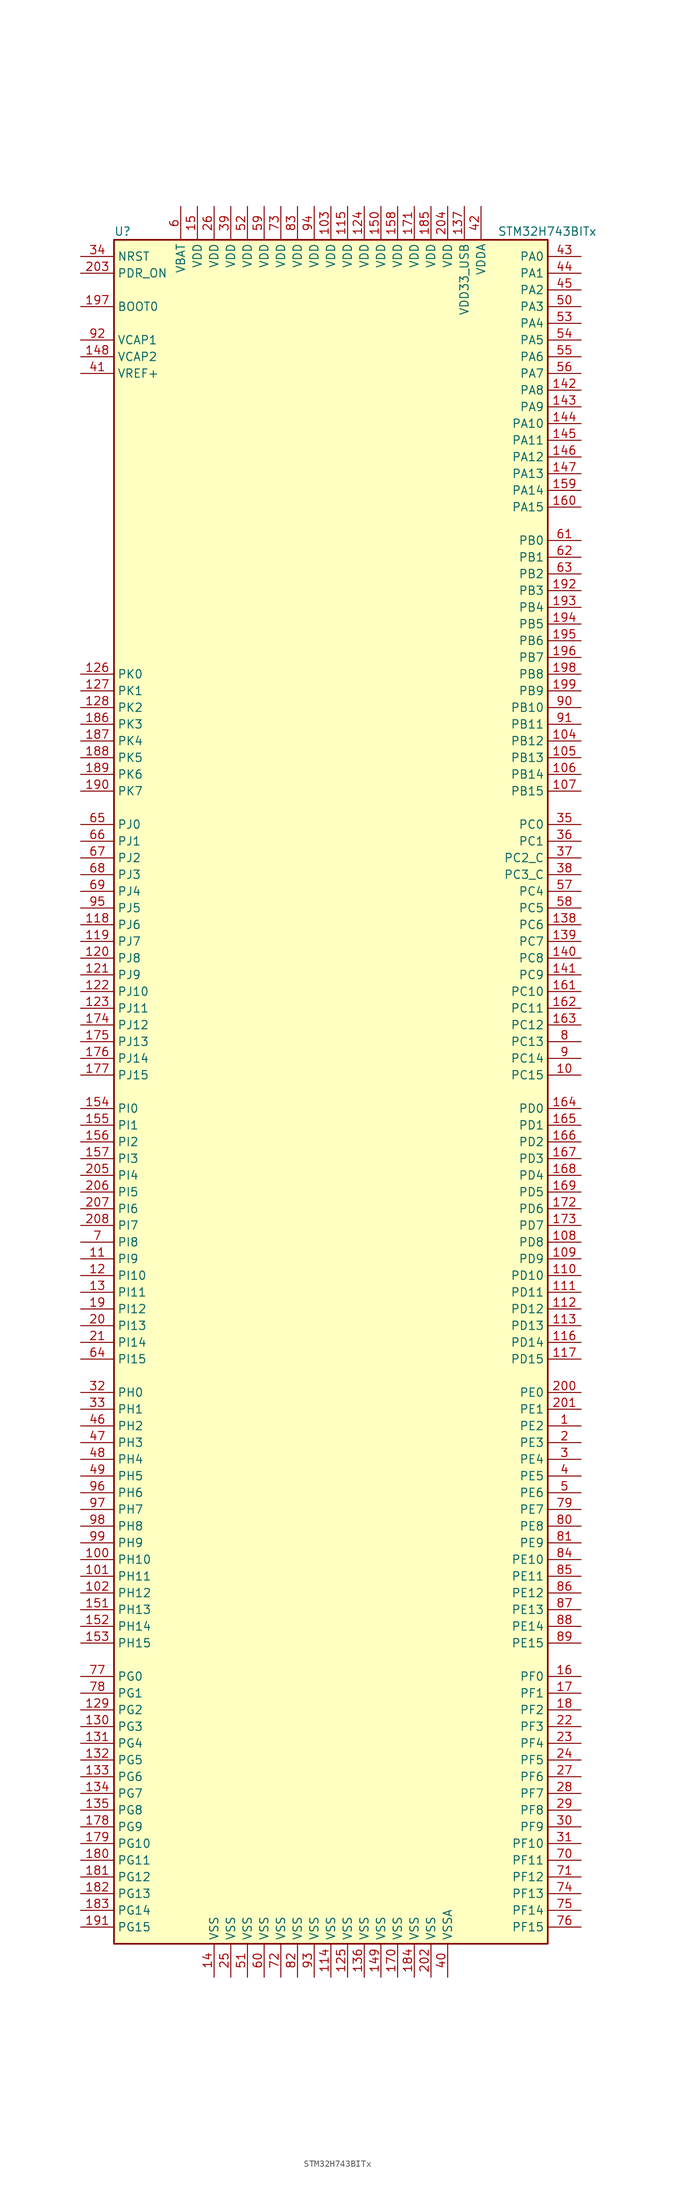
<source format=kicad_sym>
(kicad_symbol_lib
  (version 20201005)
  (generator kicad_symbol_editor)
  (symbol "STM32H743BITx"
    (property "Reference" "U"
      (at -33.02 130.81 0)
      (effects (font (size 1.27 1.27)) (justify left)))
    (property "Value" "STM32H743BITx"
      (at 25.4 130.81 0)
      (effects (font (size 1.27 1.27)) (justify left)))
    (symbol "STM32H743BITx_0_1"
      (rectangle (start -33.02 -129.54) (end 33.02 129.54) (stroke (width 0.254)) (fill (type background))))
    (symbol "STM32H743BITx_1_1"
      (pin input line (at -38.1 119.38 0) (length 5.08) (name "BOOT0" (effects (font (size 1.27 1.27)))) (number "197" (effects (font (size 1.27 1.27)))))
      (pin input line (at -38.1 127 0) (length 5.08) (name "NRST" (effects (font (size 1.27 1.27)))) (number "34" (effects (font (size 1.27 1.27)))))
      (pin bidirectional line (at 38.1 127 180) (length 5.08) (name "PA0" (effects (font (size 1.27 1.27)))) (number "43" (effects (font (size 1.27 1.27)))))
      (pin bidirectional line (at 38.1 124.46 180) (length 5.08) (name "PA1" (effects (font (size 1.27 1.27)))) (number "44" (effects (font (size 1.27 1.27)))))
      (pin bidirectional line (at 38.1 101.6 180) (length 5.08) (name "PA10" (effects (font (size 1.27 1.27)))) (number "144" (effects (font (size 1.27 1.27)))))
      (pin bidirectional line (at 38.1 99.06 180) (length 5.08) (name "PA11" (effects (font (size 1.27 1.27)))) (number "145" (effects (font (size 1.27 1.27)))))
      (pin bidirectional line (at 38.1 96.52 180) (length 5.08) (name "PA12" (effects (font (size 1.27 1.27)))) (number "146" (effects (font (size 1.27 1.27)))))
      (pin bidirectional line (at 38.1 93.98 180) (length 5.08) (name "PA13" (effects (font (size 1.27 1.27)))) (number "147" (effects (font (size 1.27 1.27)))))
      (pin bidirectional line (at 38.1 91.44 180) (length 5.08) (name "PA14" (effects (font (size 1.27 1.27)))) (number "159" (effects (font (size 1.27 1.27)))))
      (pin bidirectional line (at 38.1 88.9 180) (length 5.08) (name "PA15" (effects (font (size 1.27 1.27)))) (number "160" (effects (font (size 1.27 1.27)))))
      (pin bidirectional line (at 38.1 121.92 180) (length 5.08) (name "PA2" (effects (font (size 1.27 1.27)))) (number "45" (effects (font (size 1.27 1.27)))))
      (pin bidirectional line (at 38.1 119.38 180) (length 5.08) (name "PA3" (effects (font (size 1.27 1.27)))) (number "50" (effects (font (size 1.27 1.27)))))
      (pin bidirectional line (at 38.1 116.84 180) (length 5.08) (name "PA4" (effects (font (size 1.27 1.27)))) (number "53" (effects (font (size 1.27 1.27)))))
      (pin bidirectional line (at 38.1 114.3 180) (length 5.08) (name "PA5" (effects (font (size 1.27 1.27)))) (number "54" (effects (font (size 1.27 1.27)))))
      (pin bidirectional line (at 38.1 111.76 180) (length 5.08) (name "PA6" (effects (font (size 1.27 1.27)))) (number "55" (effects (font (size 1.27 1.27)))))
      (pin bidirectional line (at 38.1 109.22 180) (length 5.08) (name "PA7" (effects (font (size 1.27 1.27)))) (number "56" (effects (font (size 1.27 1.27)))))
      (pin bidirectional line (at 38.1 106.68 180) (length 5.08) (name "PA8" (effects (font (size 1.27 1.27)))) (number "142" (effects (font (size 1.27 1.27)))))
      (pin bidirectional line (at 38.1 104.14 180) (length 5.08) (name "PA9" (effects (font (size 1.27 1.27)))) (number "143" (effects (font (size 1.27 1.27)))))
      (pin bidirectional line (at 38.1 83.82 180) (length 5.08) (name "PB0" (effects (font (size 1.27 1.27)))) (number "61" (effects (font (size 1.27 1.27)))))
      (pin bidirectional line (at 38.1 81.28 180) (length 5.08) (name "PB1" (effects (font (size 1.27 1.27)))) (number "62" (effects (font (size 1.27 1.27)))))
      (pin bidirectional line (at 38.1 58.42 180) (length 5.08) (name "PB10" (effects (font (size 1.27 1.27)))) (number "90" (effects (font (size 1.27 1.27)))))
      (pin bidirectional line (at 38.1 55.88 180) (length 5.08) (name "PB11" (effects (font (size 1.27 1.27)))) (number "91" (effects (font (size 1.27 1.27)))))
      (pin bidirectional line (at 38.1 53.34 180) (length 5.08) (name "PB12" (effects (font (size 1.27 1.27)))) (number "104" (effects (font (size 1.27 1.27)))))
      (pin bidirectional line (at 38.1 50.8 180) (length 5.08) (name "PB13" (effects (font (size 1.27 1.27)))) (number "105" (effects (font (size 1.27 1.27)))))
      (pin bidirectional line (at 38.1 48.26 180) (length 5.08) (name "PB14" (effects (font (size 1.27 1.27)))) (number "106" (effects (font (size 1.27 1.27)))))
      (pin bidirectional line (at 38.1 45.72 180) (length 5.08) (name "PB15" (effects (font (size 1.27 1.27)))) (number "107" (effects (font (size 1.27 1.27)))))
      (pin bidirectional line (at 38.1 78.74 180) (length 5.08) (name "PB2" (effects (font (size 1.27 1.27)))) (number "63" (effects (font (size 1.27 1.27)))))
      (pin bidirectional line (at 38.1 76.2 180) (length 5.08) (name "PB3" (effects (font (size 1.27 1.27)))) (number "192" (effects (font (size 1.27 1.27)))))
      (pin bidirectional line (at 38.1 73.66 180) (length 5.08) (name "PB4" (effects (font (size 1.27 1.27)))) (number "193" (effects (font (size 1.27 1.27)))))
      (pin bidirectional line (at 38.1 71.12 180) (length 5.08) (name "PB5" (effects (font (size 1.27 1.27)))) (number "194" (effects (font (size 1.27 1.27)))))
      (pin bidirectional line (at 38.1 68.58 180) (length 5.08) (name "PB6" (effects (font (size 1.27 1.27)))) (number "195" (effects (font (size 1.27 1.27)))))
      (pin bidirectional line (at 38.1 66.04 180) (length 5.08) (name "PB7" (effects (font (size 1.27 1.27)))) (number "196" (effects (font (size 1.27 1.27)))))
      (pin bidirectional line (at 38.1 63.5 180) (length 5.08) (name "PB8" (effects (font (size 1.27 1.27)))) (number "198" (effects (font (size 1.27 1.27)))))
      (pin bidirectional line (at 38.1 60.96 180) (length 5.08) (name "PB9" (effects (font (size 1.27 1.27)))) (number "199" (effects (font (size 1.27 1.27)))))
      (pin bidirectional line (at 38.1 40.64 180) (length 5.08) (name "PC0" (effects (font (size 1.27 1.27)))) (number "35" (effects (font (size 1.27 1.27)))))
      (pin bidirectional line (at 38.1 38.1 180) (length 5.08) (name "PC1" (effects (font (size 1.27 1.27)))) (number "36" (effects (font (size 1.27 1.27)))))
      (pin bidirectional line (at 38.1 15.24 180) (length 5.08) (name "PC10" (effects (font (size 1.27 1.27)))) (number "161" (effects (font (size 1.27 1.27)))))
      (pin bidirectional line (at 38.1 12.7 180) (length 5.08) (name "PC11" (effects (font (size 1.27 1.27)))) (number "162" (effects (font (size 1.27 1.27)))))
      (pin bidirectional line (at 38.1 10.16 180) (length 5.08) (name "PC12" (effects (font (size 1.27 1.27)))) (number "163" (effects (font (size 1.27 1.27)))))
      (pin bidirectional line (at 38.1 7.62 180) (length 5.08) (name "PC13" (effects (font (size 1.27 1.27)))) (number "8" (effects (font (size 1.27 1.27)))))
      (pin bidirectional line (at 38.1 5.08 180) (length 5.08) (name "PC14" (effects (font (size 1.27 1.27)))) (number "9" (effects (font (size 1.27 1.27)))))
      (pin bidirectional line (at 38.1 2.54 180) (length 5.08) (name "PC15" (effects (font (size 1.27 1.27)))) (number "10" (effects (font (size 1.27 1.27)))))
      (pin bidirectional line (at 38.1 35.56 180) (length 5.08) (name "PC2_C" (effects (font (size 1.27 1.27)))) (number "37" (effects (font (size 1.27 1.27)))))
      (pin bidirectional line (at 38.1 33.02 180) (length 5.08) (name "PC3_C" (effects (font (size 1.27 1.27)))) (number "38" (effects (font (size 1.27 1.27)))))
      (pin bidirectional line (at 38.1 30.48 180) (length 5.08) (name "PC4" (effects (font (size 1.27 1.27)))) (number "57" (effects (font (size 1.27 1.27)))))
      (pin bidirectional line (at 38.1 27.94 180) (length 5.08) (name "PC5" (effects (font (size 1.27 1.27)))) (number "58" (effects (font (size 1.27 1.27)))))
      (pin bidirectional line (at 38.1 25.4 180) (length 5.08) (name "PC6" (effects (font (size 1.27 1.27)))) (number "138" (effects (font (size 1.27 1.27)))))
      (pin bidirectional line (at 38.1 22.86 180) (length 5.08) (name "PC7" (effects (font (size 1.27 1.27)))) (number "139" (effects (font (size 1.27 1.27)))))
      (pin bidirectional line (at 38.1 20.32 180) (length 5.08) (name "PC8" (effects (font (size 1.27 1.27)))) (number "140" (effects (font (size 1.27 1.27)))))
      (pin bidirectional line (at 38.1 17.78 180) (length 5.08) (name "PC9" (effects (font (size 1.27 1.27)))) (number "141" (effects (font (size 1.27 1.27)))))
      (pin bidirectional line (at 38.1 -2.54 180) (length 5.08) (name "PD0" (effects (font (size 1.27 1.27)))) (number "164" (effects (font (size 1.27 1.27)))))
      (pin bidirectional line (at 38.1 -5.08 180) (length 5.08) (name "PD1" (effects (font (size 1.27 1.27)))) (number "165" (effects (font (size 1.27 1.27)))))
      (pin bidirectional line (at 38.1 -27.94 180) (length 5.08) (name "PD10" (effects (font (size 1.27 1.27)))) (number "110" (effects (font (size 1.27 1.27)))))
      (pin bidirectional line (at 38.1 -30.48 180) (length 5.08) (name "PD11" (effects (font (size 1.27 1.27)))) (number "111" (effects (font (size 1.27 1.27)))))
      (pin bidirectional line (at 38.1 -33.02 180) (length 5.08) (name "PD12" (effects (font (size 1.27 1.27)))) (number "112" (effects (font (size 1.27 1.27)))))
      (pin bidirectional line (at 38.1 -35.56 180) (length 5.08) (name "PD13" (effects (font (size 1.27 1.27)))) (number "113" (effects (font (size 1.27 1.27)))))
      (pin bidirectional line (at 38.1 -38.1 180) (length 5.08) (name "PD14" (effects (font (size 1.27 1.27)))) (number "116" (effects (font (size 1.27 1.27)))))
      (pin bidirectional line (at 38.1 -40.64 180) (length 5.08) (name "PD15" (effects (font (size 1.27 1.27)))) (number "117" (effects (font (size 1.27 1.27)))))
      (pin bidirectional line (at 38.1 -7.62 180) (length 5.08) (name "PD2" (effects (font (size 1.27 1.27)))) (number "166" (effects (font (size 1.27 1.27)))))
      (pin bidirectional line (at 38.1 -10.16 180) (length 5.08) (name "PD3" (effects (font (size 1.27 1.27)))) (number "167" (effects (font (size 1.27 1.27)))))
      (pin bidirectional line (at 38.1 -12.7 180) (length 5.08) (name "PD4" (effects (font (size 1.27 1.27)))) (number "168" (effects (font (size 1.27 1.27)))))
      (pin bidirectional line (at 38.1 -15.24 180) (length 5.08) (name "PD5" (effects (font (size 1.27 1.27)))) (number "169" (effects (font (size 1.27 1.27)))))
      (pin bidirectional line (at 38.1 -17.78 180) (length 5.08) (name "PD6" (effects (font (size 1.27 1.27)))) (number "172" (effects (font (size 1.27 1.27)))))
      (pin bidirectional line (at 38.1 -20.32 180) (length 5.08) (name "PD7" (effects (font (size 1.27 1.27)))) (number "173" (effects (font (size 1.27 1.27)))))
      (pin bidirectional line (at 38.1 -22.86 180) (length 5.08) (name "PD8" (effects (font (size 1.27 1.27)))) (number "108" (effects (font (size 1.27 1.27)))))
      (pin bidirectional line (at 38.1 -25.4 180) (length 5.08) (name "PD9" (effects (font (size 1.27 1.27)))) (number "109" (effects (font (size 1.27 1.27)))))
      (pin input line (at -38.1 124.46 0) (length 5.08) (name "PDR_ON" (effects (font (size 1.27 1.27)))) (number "203" (effects (font (size 1.27 1.27)))))
      (pin bidirectional line (at 38.1 -45.72 180) (length 5.08) (name "PE0" (effects (font (size 1.27 1.27)))) (number "200" (effects (font (size 1.27 1.27)))))
      (pin bidirectional line (at 38.1 -48.26 180) (length 5.08) (name "PE1" (effects (font (size 1.27 1.27)))) (number "201" (effects (font (size 1.27 1.27)))))
      (pin bidirectional line (at 38.1 -71.12 180) (length 5.08) (name "PE10" (effects (font (size 1.27 1.27)))) (number "84" (effects (font (size 1.27 1.27)))))
      (pin bidirectional line (at 38.1 -73.66 180) (length 5.08) (name "PE11" (effects (font (size 1.27 1.27)))) (number "85" (effects (font (size 1.27 1.27)))))
      (pin bidirectional line (at 38.1 -76.2 180) (length 5.08) (name "PE12" (effects (font (size 1.27 1.27)))) (number "86" (effects (font (size 1.27 1.27)))))
      (pin bidirectional line (at 38.1 -78.74 180) (length 5.08) (name "PE13" (effects (font (size 1.27 1.27)))) (number "87" (effects (font (size 1.27 1.27)))))
      (pin bidirectional line (at 38.1 -81.28 180) (length 5.08) (name "PE14" (effects (font (size 1.27 1.27)))) (number "88" (effects (font (size 1.27 1.27)))))
      (pin bidirectional line (at 38.1 -83.82 180) (length 5.08) (name "PE15" (effects (font (size 1.27 1.27)))) (number "89" (effects (font (size 1.27 1.27)))))
      (pin bidirectional line (at 38.1 -50.8 180) (length 5.08) (name "PE2" (effects (font (size 1.27 1.27)))) (number "1" (effects (font (size 1.27 1.27)))))
      (pin bidirectional line (at 38.1 -53.34 180) (length 5.08) (name "PE3" (effects (font (size 1.27 1.27)))) (number "2" (effects (font (size 1.27 1.27)))))
      (pin bidirectional line (at 38.1 -55.88 180) (length 5.08) (name "PE4" (effects (font (size 1.27 1.27)))) (number "3" (effects (font (size 1.27 1.27)))))
      (pin bidirectional line (at 38.1 -58.42 180) (length 5.08) (name "PE5" (effects (font (size 1.27 1.27)))) (number "4" (effects (font (size 1.27 1.27)))))
      (pin bidirectional line (at 38.1 -60.96 180) (length 5.08) (name "PE6" (effects (font (size 1.27 1.27)))) (number "5" (effects (font (size 1.27 1.27)))))
      (pin bidirectional line (at 38.1 -63.5 180) (length 5.08) (name "PE7" (effects (font (size 1.27 1.27)))) (number "79" (effects (font (size 1.27 1.27)))))
      (pin bidirectional line (at 38.1 -66.04 180) (length 5.08) (name "PE8" (effects (font (size 1.27 1.27)))) (number "80" (effects (font (size 1.27 1.27)))))
      (pin bidirectional line (at 38.1 -68.58 180) (length 5.08) (name "PE9" (effects (font (size 1.27 1.27)))) (number "81" (effects (font (size 1.27 1.27)))))
      (pin bidirectional line (at 38.1 -88.9 180) (length 5.08) (name "PF0" (effects (font (size 1.27 1.27)))) (number "16" (effects (font (size 1.27 1.27)))))
      (pin bidirectional line (at 38.1 -91.44 180) (length 5.08) (name "PF1" (effects (font (size 1.27 1.27)))) (number "17" (effects (font (size 1.27 1.27)))))
      (pin bidirectional line (at 38.1 -114.3 180) (length 5.08) (name "PF10" (effects (font (size 1.27 1.27)))) (number "31" (effects (font (size 1.27 1.27)))))
      (pin bidirectional line (at 38.1 -116.84 180) (length 5.08) (name "PF11" (effects (font (size 1.27 1.27)))) (number "70" (effects (font (size 1.27 1.27)))))
      (pin bidirectional line (at 38.1 -119.38 180) (length 5.08) (name "PF12" (effects (font (size 1.27 1.27)))) (number "71" (effects (font (size 1.27 1.27)))))
      (pin bidirectional line (at 38.1 -121.92 180) (length 5.08) (name "PF13" (effects (font (size 1.27 1.27)))) (number "74" (effects (font (size 1.27 1.27)))))
      (pin bidirectional line (at 38.1 -124.46 180) (length 5.08) (name "PF14" (effects (font (size 1.27 1.27)))) (number "75" (effects (font (size 1.27 1.27)))))
      (pin bidirectional line (at 38.1 -127 180) (length 5.08) (name "PF15" (effects (font (size 1.27 1.27)))) (number "76" (effects (font (size 1.27 1.27)))))
      (pin bidirectional line (at 38.1 -93.98 180) (length 5.08) (name "PF2" (effects (font (size 1.27 1.27)))) (number "18" (effects (font (size 1.27 1.27)))))
      (pin bidirectional line (at 38.1 -96.52 180) (length 5.08) (name "PF3" (effects (font (size 1.27 1.27)))) (number "22" (effects (font (size 1.27 1.27)))))
      (pin bidirectional line (at 38.1 -99.06 180) (length 5.08) (name "PF4" (effects (font (size 1.27 1.27)))) (number "23" (effects (font (size 1.27 1.27)))))
      (pin bidirectional line (at 38.1 -101.6 180) (length 5.08) (name "PF5" (effects (font (size 1.27 1.27)))) (number "24" (effects (font (size 1.27 1.27)))))
      (pin bidirectional line (at 38.1 -104.14 180) (length 5.08) (name "PF6" (effects (font (size 1.27 1.27)))) (number "27" (effects (font (size 1.27 1.27)))))
      (pin bidirectional line (at 38.1 -106.68 180) (length 5.08) (name "PF7" (effects (font (size 1.27 1.27)))) (number "28" (effects (font (size 1.27 1.27)))))
      (pin bidirectional line (at 38.1 -109.22 180) (length 5.08) (name "PF8" (effects (font (size 1.27 1.27)))) (number "29" (effects (font (size 1.27 1.27)))))
      (pin bidirectional line (at 38.1 -111.76 180) (length 5.08) (name "PF9" (effects (font (size 1.27 1.27)))) (number "30" (effects (font (size 1.27 1.27)))))
      (pin bidirectional line (at -38.1 -88.9 0) (length 5.08) (name "PG0" (effects (font (size 1.27 1.27)))) (number "77" (effects (font (size 1.27 1.27)))))
      (pin bidirectional line (at -38.1 -91.44 0) (length 5.08) (name "PG1" (effects (font (size 1.27 1.27)))) (number "78" (effects (font (size 1.27 1.27)))))
      (pin bidirectional line (at -38.1 -114.3 0) (length 5.08) (name "PG10" (effects (font (size 1.27 1.27)))) (number "179" (effects (font (size 1.27 1.27)))))
      (pin bidirectional line (at -38.1 -116.84 0) (length 5.08) (name "PG11" (effects (font (size 1.27 1.27)))) (number "180" (effects (font (size 1.27 1.27)))))
      (pin bidirectional line (at -38.1 -119.38 0) (length 5.08) (name "PG12" (effects (font (size 1.27 1.27)))) (number "181" (effects (font (size 1.27 1.27)))))
      (pin bidirectional line (at -38.1 -121.92 0) (length 5.08) (name "PG13" (effects (font (size 1.27 1.27)))) (number "182" (effects (font (size 1.27 1.27)))))
      (pin bidirectional line (at -38.1 -124.46 0) (length 5.08) (name "PG14" (effects (font (size 1.27 1.27)))) (number "183" (effects (font (size 1.27 1.27)))))
      (pin bidirectional line (at -38.1 -127 0) (length 5.08) (name "PG15" (effects (font (size 1.27 1.27)))) (number "191" (effects (font (size 1.27 1.27)))))
      (pin bidirectional line (at -38.1 -93.98 0) (length 5.08) (name "PG2" (effects (font (size 1.27 1.27)))) (number "129" (effects (font (size 1.27 1.27)))))
      (pin bidirectional line (at -38.1 -96.52 0) (length 5.08) (name "PG3" (effects (font (size 1.27 1.27)))) (number "130" (effects (font (size 1.27 1.27)))))
      (pin bidirectional line (at -38.1 -99.06 0) (length 5.08) (name "PG4" (effects (font (size 1.27 1.27)))) (number "131" (effects (font (size 1.27 1.27)))))
      (pin bidirectional line (at -38.1 -101.6 0) (length 5.08) (name "PG5" (effects (font (size 1.27 1.27)))) (number "132" (effects (font (size 1.27 1.27)))))
      (pin bidirectional line (at -38.1 -104.14 0) (length 5.08) (name "PG6" (effects (font (size 1.27 1.27)))) (number "133" (effects (font (size 1.27 1.27)))))
      (pin bidirectional line (at -38.1 -106.68 0) (length 5.08) (name "PG7" (effects (font (size 1.27 1.27)))) (number "134" (effects (font (size 1.27 1.27)))))
      (pin bidirectional line (at -38.1 -109.22 0) (length 5.08) (name "PG8" (effects (font (size 1.27 1.27)))) (number "135" (effects (font (size 1.27 1.27)))))
      (pin bidirectional line (at -38.1 -111.76 0) (length 5.08) (name "PG9" (effects (font (size 1.27 1.27)))) (number "178" (effects (font (size 1.27 1.27)))))
      (pin input line (at -38.1 -45.72 0) (length 5.08) (name "PH0" (effects (font (size 1.27 1.27)))) (number "32" (effects (font (size 1.27 1.27)))))
      (pin input line (at -38.1 -48.26 0) (length 5.08) (name "PH1" (effects (font (size 1.27 1.27)))) (number "33" (effects (font (size 1.27 1.27)))))
      (pin bidirectional line (at -38.1 -71.12 0) (length 5.08) (name "PH10" (effects (font (size 1.27 1.27)))) (number "100" (effects (font (size 1.27 1.27)))))
      (pin bidirectional line (at -38.1 -73.66 0) (length 5.08) (name "PH11" (effects (font (size 1.27 1.27)))) (number "101" (effects (font (size 1.27 1.27)))))
      (pin bidirectional line (at -38.1 -76.2 0) (length 5.08) (name "PH12" (effects (font (size 1.27 1.27)))) (number "102" (effects (font (size 1.27 1.27)))))
      (pin bidirectional line (at -38.1 -78.74 0) (length 5.08) (name "PH13" (effects (font (size 1.27 1.27)))) (number "151" (effects (font (size 1.27 1.27)))))
      (pin bidirectional line (at -38.1 -81.28 0) (length 5.08) (name "PH14" (effects (font (size 1.27 1.27)))) (number "152" (effects (font (size 1.27 1.27)))))
      (pin bidirectional line (at -38.1 -83.82 0) (length 5.08) (name "PH15" (effects (font (size 1.27 1.27)))) (number "153" (effects (font (size 1.27 1.27)))))
      (pin bidirectional line (at -38.1 -50.8 0) (length 5.08) (name "PH2" (effects (font (size 1.27 1.27)))) (number "46" (effects (font (size 1.27 1.27)))))
      (pin bidirectional line (at -38.1 -53.34 0) (length 5.08) (name "PH3" (effects (font (size 1.27 1.27)))) (number "47" (effects (font (size 1.27 1.27)))))
      (pin bidirectional line (at -38.1 -55.88 0) (length 5.08) (name "PH4" (effects (font (size 1.27 1.27)))) (number "48" (effects (font (size 1.27 1.27)))))
      (pin bidirectional line (at -38.1 -58.42 0) (length 5.08) (name "PH5" (effects (font (size 1.27 1.27)))) (number "49" (effects (font (size 1.27 1.27)))))
      (pin bidirectional line (at -38.1 -60.96 0) (length 5.08) (name "PH6" (effects (font (size 1.27 1.27)))) (number "96" (effects (font (size 1.27 1.27)))))
      (pin bidirectional line (at -38.1 -63.5 0) (length 5.08) (name "PH7" (effects (font (size 1.27 1.27)))) (number "97" (effects (font (size 1.27 1.27)))))
      (pin bidirectional line (at -38.1 -66.04 0) (length 5.08) (name "PH8" (effects (font (size 1.27 1.27)))) (number "98" (effects (font (size 1.27 1.27)))))
      (pin bidirectional line (at -38.1 -68.58 0) (length 5.08) (name "PH9" (effects (font (size 1.27 1.27)))) (number "99" (effects (font (size 1.27 1.27)))))
      (pin bidirectional line (at -38.1 -2.54 0) (length 5.08) (name "PI0" (effects (font (size 1.27 1.27)))) (number "154" (effects (font (size 1.27 1.27)))))
      (pin bidirectional line (at -38.1 -5.08 0) (length 5.08) (name "PI1" (effects (font (size 1.27 1.27)))) (number "155" (effects (font (size 1.27 1.27)))))
      (pin bidirectional line (at -38.1 -27.94 0) (length 5.08) (name "PI10" (effects (font (size 1.27 1.27)))) (number "12" (effects (font (size 1.27 1.27)))))
      (pin bidirectional line (at -38.1 -30.48 0) (length 5.08) (name "PI11" (effects (font (size 1.27 1.27)))) (number "13" (effects (font (size 1.27 1.27)))))
      (pin bidirectional line (at -38.1 -33.02 0) (length 5.08) (name "PI12" (effects (font (size 1.27 1.27)))) (number "19" (effects (font (size 1.27 1.27)))))
      (pin bidirectional line (at -38.1 -35.56 0) (length 5.08) (name "PI13" (effects (font (size 1.27 1.27)))) (number "20" (effects (font (size 1.27 1.27)))))
      (pin bidirectional line (at -38.1 -38.1 0) (length 5.08) (name "PI14" (effects (font (size 1.27 1.27)))) (number "21" (effects (font (size 1.27 1.27)))))
      (pin bidirectional line (at -38.1 -40.64 0) (length 5.08) (name "PI15" (effects (font (size 1.27 1.27)))) (number "64" (effects (font (size 1.27 1.27)))))
      (pin bidirectional line (at -38.1 -7.62 0) (length 5.08) (name "PI2" (effects (font (size 1.27 1.27)))) (number "156" (effects (font (size 1.27 1.27)))))
      (pin bidirectional line (at -38.1 -10.16 0) (length 5.08) (name "PI3" (effects (font (size 1.27 1.27)))) (number "157" (effects (font (size 1.27 1.27)))))
      (pin bidirectional line (at -38.1 -12.7 0) (length 5.08) (name "PI4" (effects (font (size 1.27 1.27)))) (number "205" (effects (font (size 1.27 1.27)))))
      (pin bidirectional line (at -38.1 -15.24 0) (length 5.08) (name "PI5" (effects (font (size 1.27 1.27)))) (number "206" (effects (font (size 1.27 1.27)))))
      (pin bidirectional line (at -38.1 -17.78 0) (length 5.08) (name "PI6" (effects (font (size 1.27 1.27)))) (number "207" (effects (font (size 1.27 1.27)))))
      (pin bidirectional line (at -38.1 -20.32 0) (length 5.08) (name "PI7" (effects (font (size 1.27 1.27)))) (number "208" (effects (font (size 1.27 1.27)))))
      (pin bidirectional line (at -38.1 -22.86 0) (length 5.08) (name "PI8" (effects (font (size 1.27 1.27)))) (number "7" (effects (font (size 1.27 1.27)))))
      (pin bidirectional line (at -38.1 -25.4 0) (length 5.08) (name "PI9" (effects (font (size 1.27 1.27)))) (number "11" (effects (font (size 1.27 1.27)))))
      (pin bidirectional line (at -38.1 40.64 0) (length 5.08) (name "PJ0" (effects (font (size 1.27 1.27)))) (number "65" (effects (font (size 1.27 1.27)))))
      (pin bidirectional line (at -38.1 38.1 0) (length 5.08) (name "PJ1" (effects (font (size 1.27 1.27)))) (number "66" (effects (font (size 1.27 1.27)))))
      (pin bidirectional line (at -38.1 15.24 0) (length 5.08) (name "PJ10" (effects (font (size 1.27 1.27)))) (number "122" (effects (font (size 1.27 1.27)))))
      (pin bidirectional line (at -38.1 12.7 0) (length 5.08) (name "PJ11" (effects (font (size 1.27 1.27)))) (number "123" (effects (font (size 1.27 1.27)))))
      (pin bidirectional line (at -38.1 10.16 0) (length 5.08) (name "PJ12" (effects (font (size 1.27 1.27)))) (number "174" (effects (font (size 1.27 1.27)))))
      (pin bidirectional line (at -38.1 7.62 0) (length 5.08) (name "PJ13" (effects (font (size 1.27 1.27)))) (number "175" (effects (font (size 1.27 1.27)))))
      (pin bidirectional line (at -38.1 5.08 0) (length 5.08) (name "PJ14" (effects (font (size 1.27 1.27)))) (number "176" (effects (font (size 1.27 1.27)))))
      (pin bidirectional line (at -38.1 2.54 0) (length 5.08) (name "PJ15" (effects (font (size 1.27 1.27)))) (number "177" (effects (font (size 1.27 1.27)))))
      (pin bidirectional line (at -38.1 35.56 0) (length 5.08) (name "PJ2" (effects (font (size 1.27 1.27)))) (number "67" (effects (font (size 1.27 1.27)))))
      (pin bidirectional line (at -38.1 33.02 0) (length 5.08) (name "PJ3" (effects (font (size 1.27 1.27)))) (number "68" (effects (font (size 1.27 1.27)))))
      (pin bidirectional line (at -38.1 30.48 0) (length 5.08) (name "PJ4" (effects (font (size 1.27 1.27)))) (number "69" (effects (font (size 1.27 1.27)))))
      (pin bidirectional line (at -38.1 27.94 0) (length 5.08) (name "PJ5" (effects (font (size 1.27 1.27)))) (number "95" (effects (font (size 1.27 1.27)))))
      (pin bidirectional line (at -38.1 25.4 0) (length 5.08) (name "PJ6" (effects (font (size 1.27 1.27)))) (number "118" (effects (font (size 1.27 1.27)))))
      (pin bidirectional line (at -38.1 22.86 0) (length 5.08) (name "PJ7" (effects (font (size 1.27 1.27)))) (number "119" (effects (font (size 1.27 1.27)))))
      (pin bidirectional line (at -38.1 20.32 0) (length 5.08) (name "PJ8" (effects (font (size 1.27 1.27)))) (number "120" (effects (font (size 1.27 1.27)))))
      (pin bidirectional line (at -38.1 17.78 0) (length 5.08) (name "PJ9" (effects (font (size 1.27 1.27)))) (number "121" (effects (font (size 1.27 1.27)))))
      (pin bidirectional line (at -38.1 63.5 0) (length 5.08) (name "PK0" (effects (font (size 1.27 1.27)))) (number "126" (effects (font (size 1.27 1.27)))))
      (pin bidirectional line (at -38.1 60.96 0) (length 5.08) (name "PK1" (effects (font (size 1.27 1.27)))) (number "127" (effects (font (size 1.27 1.27)))))
      (pin bidirectional line (at -38.1 58.42 0) (length 5.08) (name "PK2" (effects (font (size 1.27 1.27)))) (number "128" (effects (font (size 1.27 1.27)))))
      (pin bidirectional line (at -38.1 55.88 0) (length 5.08) (name "PK3" (effects (font (size 1.27 1.27)))) (number "186" (effects (font (size 1.27 1.27)))))
      (pin bidirectional line (at -38.1 53.34 0) (length 5.08) (name "PK4" (effects (font (size 1.27 1.27)))) (number "187" (effects (font (size 1.27 1.27)))))
      (pin bidirectional line (at -38.1 50.8 0) (length 5.08) (name "PK5" (effects (font (size 1.27 1.27)))) (number "188" (effects (font (size 1.27 1.27)))))
      (pin bidirectional line (at -38.1 48.26 0) (length 5.08) (name "PK6" (effects (font (size 1.27 1.27)))) (number "189" (effects (font (size 1.27 1.27)))))
      (pin bidirectional line (at -38.1 45.72 0) (length 5.08) (name "PK7" (effects (font (size 1.27 1.27)))) (number "190" (effects (font (size 1.27 1.27)))))
      (pin power_in line (at -22.86 134.62 270) (length 5.08) (name "VBAT" (effects (font (size 1.27 1.27)))) (number "6" (effects (font (size 1.27 1.27)))))
      (pin power_in line (at -38.1 114.3 0) (length 5.08) (name "VCAP1" (effects (font (size 1.27 1.27)))) (number "92" (effects (font (size 1.27 1.27)))))
      (pin power_in line (at -38.1 111.76 0) (length 5.08) (name "VCAP2" (effects (font (size 1.27 1.27)))) (number "148" (effects (font (size 1.27 1.27)))))
      (pin power_in line (at 0 134.62 270) (length 5.08) (name "VDD" (effects (font (size 1.27 1.27)))) (number "103" (effects (font (size 1.27 1.27)))))
      (pin power_in line (at 2.54 134.62 270) (length 5.08) (name "VDD" (effects (font (size 1.27 1.27)))) (number "115" (effects (font (size 1.27 1.27)))))
      (pin power_in line (at 5.08 134.62 270) (length 5.08) (name "VDD" (effects (font (size 1.27 1.27)))) (number "124" (effects (font (size 1.27 1.27)))))
      (pin power_in line (at -20.32 134.62 270) (length 5.08) (name "VDD" (effects (font (size 1.27 1.27)))) (number "15" (effects (font (size 1.27 1.27)))))
      (pin power_in line (at 7.62 134.62 270) (length 5.08) (name "VDD" (effects (font (size 1.27 1.27)))) (number "150" (effects (font (size 1.27 1.27)))))
      (pin power_in line (at 10.16 134.62 270) (length 5.08) (name "VDD" (effects (font (size 1.27 1.27)))) (number "158" (effects (font (size 1.27 1.27)))))
      (pin power_in line (at 12.7 134.62 270) (length 5.08) (name "VDD" (effects (font (size 1.27 1.27)))) (number "171" (effects (font (size 1.27 1.27)))))
      (pin power_in line (at 15.24 134.62 270) (length 5.08) (name "VDD" (effects (font (size 1.27 1.27)))) (number "185" (effects (font (size 1.27 1.27)))))
      (pin power_in line (at 17.78 134.62 270) (length 5.08) (name "VDD" (effects (font (size 1.27 1.27)))) (number "204" (effects (font (size 1.27 1.27)))))
      (pin power_in line (at -17.78 134.62 270) (length 5.08) (name "VDD" (effects (font (size 1.27 1.27)))) (number "26" (effects (font (size 1.27 1.27)))))
      (pin power_in line (at -15.24 134.62 270) (length 5.08) (name "VDD" (effects (font (size 1.27 1.27)))) (number "39" (effects (font (size 1.27 1.27)))))
      (pin power_in line (at -12.7 134.62 270) (length 5.08) (name "VDD" (effects (font (size 1.27 1.27)))) (number "52" (effects (font (size 1.27 1.27)))))
      (pin power_in line (at -10.16 134.62 270) (length 5.08) (name "VDD" (effects (font (size 1.27 1.27)))) (number "59" (effects (font (size 1.27 1.27)))))
      (pin power_in line (at -7.62 134.62 270) (length 5.08) (name "VDD" (effects (font (size 1.27 1.27)))) (number "73" (effects (font (size 1.27 1.27)))))
      (pin power_in line (at -5.08 134.62 270) (length 5.08) (name "VDD" (effects (font (size 1.27 1.27)))) (number "83" (effects (font (size 1.27 1.27)))))
      (pin power_in line (at -2.54 134.62 270) (length 5.08) (name "VDD" (effects (font (size 1.27 1.27)))) (number "94" (effects (font (size 1.27 1.27)))))
      (pin power_in line (at 20.32 134.62 270) (length 5.08) (name "VDD33_USB" (effects (font (size 1.27 1.27)))) (number "137" (effects (font (size 1.27 1.27)))))
      (pin power_in line (at 22.86 134.62 270) (length 5.08) (name "VDDA" (effects (font (size 1.27 1.27)))) (number "42" (effects (font (size 1.27 1.27)))))
      (pin bidirectional line (at -38.1 109.22 0) (length 5.08) (name "VREF+" (effects (font (size 1.27 1.27)))) (number "41" (effects (font (size 1.27 1.27)))))
      (pin power_in line (at 0 -134.62 90) (length 5.08) (name "VSS" (effects (font (size 1.27 1.27)))) (number "114" (effects (font (size 1.27 1.27)))))
      (pin power_in line (at 2.54 -134.62 90) (length 5.08) (name "VSS" (effects (font (size 1.27 1.27)))) (number "125" (effects (font (size 1.27 1.27)))))
      (pin power_in line (at 5.08 -134.62 90) (length 5.08) (name "VSS" (effects (font (size 1.27 1.27)))) (number "136" (effects (font (size 1.27 1.27)))))
      (pin power_in line (at -17.78 -134.62 90) (length 5.08) (name "VSS" (effects (font (size 1.27 1.27)))) (number "14" (effects (font (size 1.27 1.27)))))
      (pin power_in line (at 7.62 -134.62 90) (length 5.08) (name "VSS" (effects (font (size 1.27 1.27)))) (number "149" (effects (font (size 1.27 1.27)))))
      (pin power_in line (at 10.16 -134.62 90) (length 5.08) (name "VSS" (effects (font (size 1.27 1.27)))) (number "170" (effects (font (size 1.27 1.27)))))
      (pin power_in line (at 12.7 -134.62 90) (length 5.08) (name "VSS" (effects (font (size 1.27 1.27)))) (number "184" (effects (font (size 1.27 1.27)))))
      (pin power_in line (at 15.24 -134.62 90) (length 5.08) (name "VSS" (effects (font (size 1.27 1.27)))) (number "202" (effects (font (size 1.27 1.27)))))
      (pin power_in line (at -15.24 -134.62 90) (length 5.08) (name "VSS" (effects (font (size 1.27 1.27)))) (number "25" (effects (font (size 1.27 1.27)))))
      (pin power_in line (at -12.7 -134.62 90) (length 5.08) (name "VSS" (effects (font (size 1.27 1.27)))) (number "51" (effects (font (size 1.27 1.27)))))
      (pin power_in line (at -10.16 -134.62 90) (length 5.08) (name "VSS" (effects (font (size 1.27 1.27)))) (number "60" (effects (font (size 1.27 1.27)))))
      (pin power_in line (at -7.62 -134.62 90) (length 5.08) (name "VSS" (effects (font (size 1.27 1.27)))) (number "72" (effects (font (size 1.27 1.27)))))
      (pin power_in line (at -5.08 -134.62 90) (length 5.08) (name "VSS" (effects (font (size 1.27 1.27)))) (number "82" (effects (font (size 1.27 1.27)))))
      (pin power_in line (at -2.54 -134.62 90) (length 5.08) (name "VSS" (effects (font (size 1.27 1.27)))) (number "93" (effects (font (size 1.27 1.27)))))
      (pin power_in line (at 17.78 -134.62 90) (length 5.08) (name "VSSA" (effects (font (size 1.27 1.27)))) (number "40" (effects (font (size 1.27 1.27))))))))
</source>
